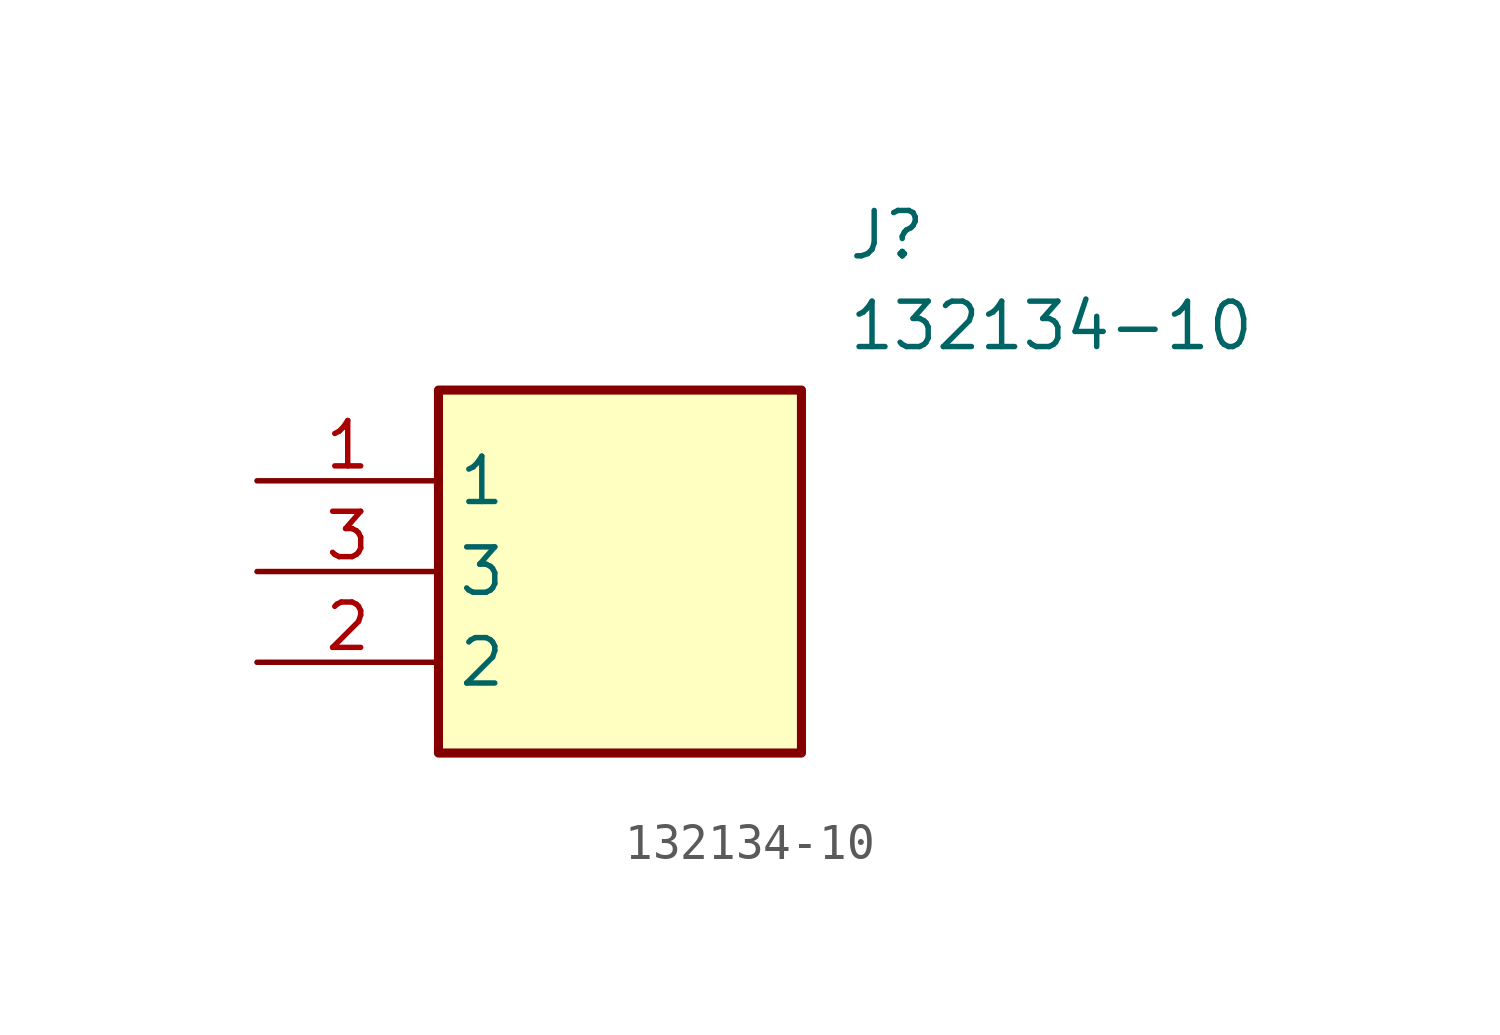
<source format=kicad_sym>
(kicad_symbol_lib
  (version 20211014)
  (generator SamacSys_ECAD_Model)
  (symbol "132134-10"
    (property "Reference" "J"
      (at 16.51 7.62 0)
      (effects (font (size 1.27 1.27)) (justify left top)))
    (property "Value" "132134-10"
      (at 16.51 5.08 0)
      (effects (font (size 1.27 1.27)) (justify left top)))
    (rectangle
      (start 5.08 2.54)
      (end 15.24 -7.62)
      (stroke (width 0.254) (type default))
      (fill (type background)))
    (pin passive line
      (at 0 0 0)
      (length 5.08)
      (name "1" (effects (font (size 1.27 1.27))))
      (number "1" (effects (font (size 1.27 1.27)))))
    (pin passive line
      (at 0 -5.08 0)
      (length 5.08)
      (name "2" (effects (font (size 1.27 1.27))))
      (number "2" (effects (font (size 1.27 1.27)))))
    (pin passive line
      (at 0 -2.54 0)
      (length 5.08)
      (name "3" (effects (font (size 1.27 1.27))))
      (number "3" (effects (font (size 1.27 1.27)))))))
</source>
